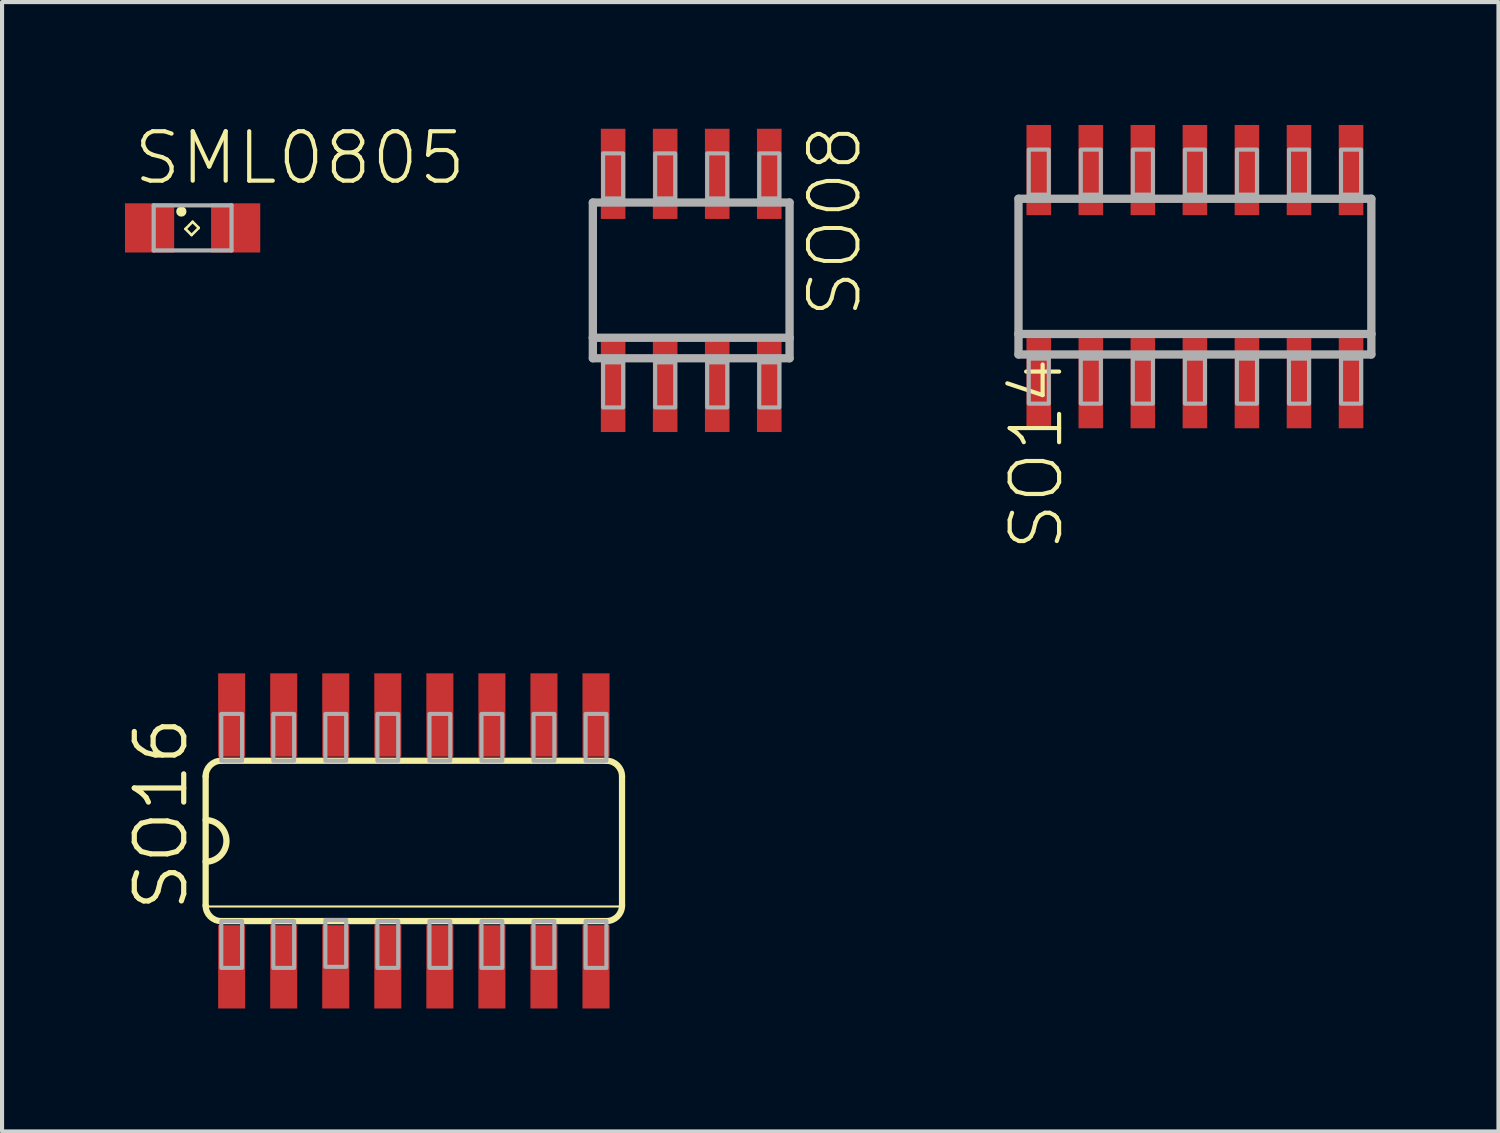
<source format=kicad_pcb>
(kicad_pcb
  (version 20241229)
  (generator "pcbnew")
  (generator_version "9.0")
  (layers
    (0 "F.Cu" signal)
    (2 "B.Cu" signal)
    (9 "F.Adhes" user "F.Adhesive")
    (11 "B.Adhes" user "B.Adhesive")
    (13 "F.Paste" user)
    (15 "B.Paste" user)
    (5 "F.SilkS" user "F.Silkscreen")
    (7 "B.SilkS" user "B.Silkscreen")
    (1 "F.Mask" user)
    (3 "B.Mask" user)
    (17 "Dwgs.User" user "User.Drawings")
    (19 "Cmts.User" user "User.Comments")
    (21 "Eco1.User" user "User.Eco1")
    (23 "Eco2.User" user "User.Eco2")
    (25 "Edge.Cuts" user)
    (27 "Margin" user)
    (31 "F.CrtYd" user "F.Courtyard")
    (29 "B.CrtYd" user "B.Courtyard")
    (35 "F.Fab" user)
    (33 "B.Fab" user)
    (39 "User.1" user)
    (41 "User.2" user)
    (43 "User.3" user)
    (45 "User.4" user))
  (footprint "SML0805"
    (layer "F.Cu")
    (at 1.65 2.511)
    (property "Reference" "SML0805" (at -1.5 -1 0) (layer "F.SilkS") (effects (font (size 1.206 1.206) (thickness 0.102)) (justify left bottom)))
    (attr through_hole)
    (fp_line (start -0.175 0.025) (end 0 -0.15) (stroke (width 0.063) (type solid)) (layer "F.SilkS"))
    (fp_line (start -0.025 0.175) (end -0.175 0.025) (stroke (width 0.063) (type solid)) (layer "F.SilkS"))
    (fp_line (start 0 -0.15) (end 0.15 0) (stroke (width 0.063) (type solid)) (layer "F.SilkS"))
    (fp_line (start 0.15 0) (end -0.025 0.175) (stroke (width 0.063) (type solid)) (layer "F.SilkS"))
    (fp_circle (center -0.275 -0.4) (end -0.212 -0.4) (stroke (width 0.125) (type solid)) (fill no) (layer "F.SilkS"))
    (fp_line (start -0.95 -0.55) (end -0.95 0.55) (stroke (width 0.102) (type solid)) (layer "F.Fab"))
    (fp_line (start -0.95 0.55) (end 0.95 0.55) (stroke (width 0.102) (type solid)) (layer "F.Fab"))
    (fp_line (start 0.95 -0.55) (end -0.95 -0.55) (stroke (width 0.102) (type solid)) (layer "F.Fab"))
    (fp_line (start 0.95 0.55) (end 0.95 -0.55) (stroke (width 0.102) (type solid)) (layer "F.Fab"))
    (pad "A" smd rect (at 1.05 0) (size 1.2 1.2) (layers "F.Cu" "F.Mask" "F.Paste"))
    (pad "C" smd rect (at -1.05 0) (size 1.2 1.2) (layers "F.Cu" "F.Mask" "F.Paste")))
  (footprint "SO14"
    (layer "F.Cu")
    (at 26.107 3.7)
    (property "Reference" "SO14" (at -4.572 1.905 90) (layer "F.SilkS") (effects (font (size 1.206 1.206) (thickness 0.102)) (justify right top)))
    (attr through_hole)
    (fp_line (start -4.305 -1.9) (end 4.305 -1.9) (stroke (width 0.203) (type solid)) (layer "F.Fab"))
    (fp_line (start -4.305 1.4) (end -4.305 -1.9) (stroke (width 0.203) (type solid)) (layer "F.Fab"))
    (fp_line (start -4.305 1.9) (end -4.305 1.4) (stroke (width 0.203) (type solid)) (layer "F.Fab"))
    (fp_line (start 4.305 -1.9) (end 4.305 1.4) (stroke (width 0.203) (type solid)) (layer "F.Fab"))
    (fp_line (start 4.305 1.4) (end -4.305 1.4) (stroke (width 0.203) (type solid)) (layer "F.Fab"))
    (fp_line (start 4.305 1.4) (end 4.305 1.9) (stroke (width 0.203) (type solid)) (layer "F.Fab"))
    (fp_line (start 4.305 1.9) (end -4.305 1.9) (stroke (width 0.203) (type solid)) (layer "F.Fab"))
    (fp_poly (pts (xy -4.055 -2) (xy -3.565 -2) (xy -3.565 -3.1) (xy -4.055 -3.1)) (stroke (width 0.1) (type solid)) (fill no) (layer "F.Fab"))
    (fp_poly (pts (xy -4.055 3.1) (xy -3.565 3.1) (xy -3.565 2) (xy -4.055 2)) (stroke (width 0.1) (type solid)) (fill no) (layer "F.Fab"))
    (fp_poly (pts (xy -2.785 -2) (xy -2.295 -2) (xy -2.295 -3.1) (xy -2.785 -3.1)) (stroke (width 0.1) (type solid)) (fill no) (layer "F.Fab"))
    (fp_poly (pts (xy -2.785 3.1) (xy -2.295 3.1) (xy -2.295 2) (xy -2.785 2)) (stroke (width 0.1) (type solid)) (fill no) (layer "F.Fab"))
    (fp_poly (pts (xy -1.515 -2) (xy -1.025 -2) (xy -1.025 -3.1) (xy -1.515 -3.1)) (stroke (width 0.1) (type solid)) (fill no) (layer "F.Fab"))
    (fp_poly (pts (xy -1.515 3.1) (xy -1.025 3.1) (xy -1.025 2) (xy -1.515 2)) (stroke (width 0.1) (type solid)) (fill no) (layer "F.Fab"))
    (fp_poly (pts (xy -0.245 -2) (xy 0.245 -2) (xy 0.245 -3.1) (xy -0.245 -3.1)) (stroke (width 0.1) (type solid)) (fill no) (layer "F.Fab"))
    (fp_poly (pts (xy -0.245 3.1) (xy 0.245 3.1) (xy 0.245 2) (xy -0.245 2)) (stroke (width 0.1) (type solid)) (fill no) (layer "F.Fab"))
    (fp_poly (pts (xy 1.025 -2) (xy 1.515 -2) (xy 1.515 -3.1) (xy 1.025 -3.1)) (stroke (width 0.1) (type solid)) (fill no) (layer "F.Fab"))
    (fp_poly (pts (xy 1.025 3.1) (xy 1.515 3.1) (xy 1.515 2) (xy 1.025 2)) (stroke (width 0.1) (type solid)) (fill no) (layer "F.Fab"))
    (fp_poly (pts (xy 2.295 -2) (xy 2.785 -2) (xy 2.785 -3.1) (xy 2.295 -3.1)) (stroke (width 0.1) (type solid)) (fill no) (layer "F.Fab"))
    (fp_poly (pts (xy 2.295 3.1) (xy 2.785 3.1) (xy 2.785 2) (xy 2.295 2)) (stroke (width 0.1) (type solid)) (fill no) (layer "F.Fab"))
    (fp_poly (pts (xy 3.565 -2) (xy 4.055 -2) (xy 4.055 -3.1) (xy 3.565 -3.1)) (stroke (width 0.1) (type solid)) (fill no) (layer "F.Fab"))
    (fp_poly (pts (xy 3.565 3.1) (xy 4.055 3.1) (xy 4.055 2) (xy 3.565 2)) (stroke (width 0.1) (type solid)) (fill no) (layer "F.Fab"))
    (pad "1" smd rect (at -3.81 2.6) (size 0.6 2.2) (layers "F.Cu" "F.Mask" "F.Paste"))
    (pad "2" smd rect (at -2.54 2.6) (size 0.6 2.2) (layers "F.Cu" "F.Mask" "F.Paste"))
    (pad "3" smd rect (at -1.27 2.6) (size 0.6 2.2) (layers "F.Cu" "F.Mask" "F.Paste"))
    (pad "4" smd rect (at 0 2.6) (size 0.6 2.2) (layers "F.Cu" "F.Mask" "F.Paste"))
    (pad "5" smd rect (at 1.27 2.6) (size 0.6 2.2) (layers "F.Cu" "F.Mask" "F.Paste"))
    (pad "6" smd rect (at 2.54 2.6) (size 0.6 2.2) (layers "F.Cu" "F.Mask" "F.Paste"))
    (pad "7" smd rect (at 3.81 2.6) (size 0.6 2.2) (layers "F.Cu" "F.Mask" "F.Paste"))
    (pad "8" smd rect (at 3.81 -2.6) (size 0.6 2.2) (layers "F.Cu" "F.Mask" "F.Paste"))
    (pad "9" smd rect (at 2.54 -2.6) (size 0.6 2.2) (layers "F.Cu" "F.Mask" "F.Paste"))
    (pad "10" smd rect (at 1.27 -2.6) (size 0.6 2.2) (layers "F.Cu" "F.Mask" "F.Paste"))
    (pad "11" smd rect (at 0 -2.6) (size 0.6 2.2) (layers "F.Cu" "F.Mask" "F.Paste"))
    (pad "12" smd rect (at -1.27 -2.6) (size 0.6 2.2) (layers "F.Cu" "F.Mask" "F.Paste"))
    (pad "13" smd rect (at -2.54 -2.6) (size 0.6 2.2) (layers "F.Cu" "F.Mask" "F.Paste"))
    (pad "14" smd rect (at -3.81 -2.6) (size 0.6 2.2) (layers "F.Cu" "F.Mask" "F.Paste")))
  (footprint "SO16"
    (layer "F.Cu")
    (at 7.048 17.469)
    (property "Reference" "SO16" (at -5.461 1.778 90) (layer "F.SilkS") (effects (font (size 1.206 1.206) (thickness 0.127)) (justify left bottom)))
    (attr through_hole)
    (fp_line (start -5.08 -1.575) (end -5.08 1.575) (stroke (width 0.152) (type solid)) (layer "F.SilkS"))
    (fp_line (start -5.08 1.6) (end 5.08 1.6) (stroke (width 0.051) (type solid)) (layer "F.SilkS"))
    (fp_line (start -4.699 1.956) (end 4.699 1.956) (stroke (width 0.152) (type solid)) (layer "F.SilkS"))
    (fp_line (start 4.699 -1.956) (end -4.699 -1.956) (stroke (width 0.152) (type solid)) (layer "F.SilkS"))
    (fp_line (start 5.08 1.575) (end 5.08 -1.575) (stroke (width 0.152) (type solid)) (layer "F.SilkS"))
    (fp_arc (start -5.08 -1.5748) (mid -4.968408 -1.844208) (end -4.699 -1.9558) (stroke (width 0.1524) (type solid)) (layer "F.SilkS"))
    (fp_arc (start -5.08 -0.508) (mid -4.572 0) (end -5.08 0.508) (stroke (width 0.1524) (type solid)) (layer "F.SilkS"))
    (fp_arc (start -4.699 1.9558) (mid -4.968408 1.844208) (end -5.08 1.5748) (stroke (width 0.1524) (type solid)) (layer "F.SilkS"))
    (fp_arc (start 4.699 -1.9558) (mid 4.968408 -1.844208) (end 5.08 -1.5748) (stroke (width 0.1524) (type solid)) (layer "F.SilkS"))
    (fp_arc (start 5.08 1.5748) (mid 4.968408 1.844208) (end 4.699 1.9558) (stroke (width 0.1524) (type solid)) (layer "F.SilkS"))
    (fp_poly (pts (xy -4.699 -1.956) (xy -4.191 -1.956) (xy -4.191 -3.099) (xy -4.699 -3.099)) (stroke (width 0.1) (type solid)) (fill no) (layer "F.Fab"))
    (fp_poly (pts (xy -4.699 3.099) (xy -4.191 3.099) (xy -4.191 1.956) (xy -4.699 1.956)) (stroke (width 0.1) (type solid)) (fill no) (layer "F.Fab"))
    (fp_poly (pts (xy -3.429 -1.956) (xy -2.921 -1.956) (xy -2.921 -3.099) (xy -3.429 -3.099)) (stroke (width 0.1) (type solid)) (fill no) (layer "F.Fab"))
    (fp_poly (pts (xy -3.429 3.099) (xy -2.921 3.099) (xy -2.921 1.956) (xy -3.429 1.956)) (stroke (width 0.1) (type solid)) (fill no) (layer "F.Fab"))
    (fp_poly (pts (xy -2.159 -1.956) (xy -1.651 -1.956) (xy -1.651 -3.099) (xy -2.159 -3.099)) (stroke (width 0.1) (type solid)) (fill no) (layer "F.Fab"))
    (fp_poly (pts (xy -2.159 3.073) (xy -1.651 3.073) (xy -1.651 1.93) (xy -2.159 1.93)) (stroke (width 0.1) (type solid)) (fill no) (layer "F.Fab"))
    (fp_poly (pts (xy -0.889 -1.956) (xy -0.381 -1.956) (xy -0.381 -3.099) (xy -0.889 -3.099)) (stroke (width 0.1) (type solid)) (fill no) (layer "F.Fab"))
    (fp_poly (pts (xy -0.889 3.099) (xy -0.381 3.099) (xy -0.381 1.956) (xy -0.889 1.956)) (stroke (width 0.1) (type solid)) (fill no) (layer "F.Fab"))
    (fp_poly (pts (xy 0.381 -1.956) (xy 0.889 -1.956) (xy 0.889 -3.099) (xy 0.381 -3.099)) (stroke (width 0.1) (type solid)) (fill no) (layer "F.Fab"))
    (fp_poly (pts (xy 0.381 3.099) (xy 0.889 3.099) (xy 0.889 1.956) (xy 0.381 1.956)) (stroke (width 0.1) (type solid)) (fill no) (layer "F.Fab"))
    (fp_poly (pts (xy 1.651 -1.956) (xy 2.159 -1.956) (xy 2.159 -3.099) (xy 1.651 -3.099)) (stroke (width 0.1) (type solid)) (fill no) (layer "F.Fab"))
    (fp_poly (pts (xy 1.651 3.099) (xy 2.159 3.099) (xy 2.159 1.956) (xy 1.651 1.956)) (stroke (width 0.1) (type solid)) (fill no) (layer "F.Fab"))
    (fp_poly (pts (xy 2.921 -1.956) (xy 3.429 -1.956) (xy 3.429 -3.099) (xy 2.921 -3.099)) (stroke (width 0.1) (type solid)) (fill no) (layer "F.Fab"))
    (fp_poly (pts (xy 2.921 3.099) (xy 3.429 3.099) (xy 3.429 1.956) (xy 2.921 1.956)) (stroke (width 0.1) (type solid)) (fill no) (layer "F.Fab"))
    (fp_poly (pts (xy 4.191 -1.956) (xy 4.699 -1.956) (xy 4.699 -3.099) (xy 4.191 -3.099)) (stroke (width 0.1) (type solid)) (fill no) (layer "F.Fab"))
    (fp_poly (pts (xy 4.191 3.099) (xy 4.699 3.099) (xy 4.699 1.956) (xy 4.191 1.956)) (stroke (width 0.1) (type solid)) (fill no) (layer "F.Fab"))
    (pad "1" smd rect (at -4.445 3.073) (size 0.66 2.032) (layers "F.Cu" "F.Mask" "F.Paste"))
    (pad "2" smd rect (at -3.175 3.073) (size 0.66 2.032) (layers "F.Cu" "F.Mask" "F.Paste"))
    (pad "3" smd rect (at -1.905 3.073) (size 0.66 2.032) (layers "F.Cu" "F.Mask" "F.Paste"))
    (pad "4" smd rect (at -0.635 3.073) (size 0.66 2.032) (layers "F.Cu" "F.Mask" "F.Paste"))
    (pad "5" smd rect (at 0.635 3.073) (size 0.66 2.032) (layers "F.Cu" "F.Mask" "F.Paste"))
    (pad "6" smd rect (at 1.905 3.073) (size 0.66 2.032) (layers "F.Cu" "F.Mask" "F.Paste"))
    (pad "7" smd rect (at 3.175 3.073) (size 0.66 2.032) (layers "F.Cu" "F.Mask" "F.Paste"))
    (pad "8" smd rect (at 4.445 3.073) (size 0.66 2.032) (layers "F.Cu" "F.Mask" "F.Paste"))
    (pad "9" smd rect (at 4.445 -3.073) (size 0.66 2.032) (layers "F.Cu" "F.Mask" "F.Paste"))
    (pad "10" smd rect (at 3.175 -3.073) (size 0.66 2.032) (layers "F.Cu" "F.Mask" "F.Paste"))
    (pad "11" smd rect (at 1.905 -3.073) (size 0.66 2.032) (layers "F.Cu" "F.Mask" "F.Paste"))
    (pad "12" smd rect (at 0.635 -3.073) (size 0.66 2.032) (layers "F.Cu" "F.Mask" "F.Paste"))
    (pad "13" smd rect (at -0.635 -3.073) (size 0.66 2.032) (layers "F.Cu" "F.Mask" "F.Paste"))
    (pad "14" smd rect (at -1.905 -3.073) (size 0.66 2.032) (layers "F.Cu" "F.Mask" "F.Paste"))
    (pad "15" smd rect (at -3.175 -3.073) (size 0.66 2.032) (layers "F.Cu" "F.Mask" "F.Paste"))
    (pad "16" smd rect (at -4.445 -3.073) (size 0.66 2.032) (layers "F.Cu" "F.Mask" "F.Paste")))
  (footprint "SO08"
    (layer "F.Cu")
    (at 13.816 3.792)
    (property "Reference" "SO08" (at 4.208 0.968 90) (layer "F.SilkS") (effects (font (size 1.206 1.206) (thickness 0.097)) (justify left bottom)))
    (attr through_hole)
    (fp_line (start -2.4 -1.9) (end 2.4 -1.9) (stroke (width 0.203) (type solid)) (layer "F.Fab"))
    (fp_line (start -2.4 1.4) (end -2.4 -1.9) (stroke (width 0.203) (type solid)) (layer "F.Fab"))
    (fp_line (start -2.4 1.9) (end -2.4 1.4) (stroke (width 0.203) (type solid)) (layer "F.Fab"))
    (fp_line (start 2.4 -1.9) (end 2.4 1.4) (stroke (width 0.203) (type solid)) (layer "F.Fab"))
    (fp_line (start 2.4 1.4) (end -2.4 1.4) (stroke (width 0.203) (type solid)) (layer "F.Fab"))
    (fp_line (start 2.4 1.4) (end 2.4 1.9) (stroke (width 0.203) (type solid)) (layer "F.Fab"))
    (fp_line (start 2.4 1.9) (end -2.4 1.9) (stroke (width 0.203) (type solid)) (layer "F.Fab"))
    (fp_poly (pts (xy -2.15 -2) (xy -1.66 -2) (xy -1.66 -3.1) (xy -2.15 -3.1)) (stroke (width 0.1) (type solid)) (fill no) (layer "F.Fab"))
    (fp_poly (pts (xy -2.15 3.1) (xy -1.66 3.1) (xy -1.66 2) (xy -2.15 2)) (stroke (width 0.1) (type solid)) (fill no) (layer "F.Fab"))
    (fp_poly (pts (xy -0.88 -2) (xy -0.39 -2) (xy -0.39 -3.1) (xy -0.88 -3.1)) (stroke (width 0.1) (type solid)) (fill no) (layer "F.Fab"))
    (fp_poly (pts (xy -0.88 3.1) (xy -0.39 3.1) (xy -0.39 2) (xy -0.88 2)) (stroke (width 0.1) (type solid)) (fill no) (layer "F.Fab"))
    (fp_poly (pts (xy 0.39 -2) (xy 0.88 -2) (xy 0.88 -3.1) (xy 0.39 -3.1)) (stroke (width 0.1) (type solid)) (fill no) (layer "F.Fab"))
    (fp_poly (pts (xy 0.39 3.1) (xy 0.88 3.1) (xy 0.88 2) (xy 0.39 2)) (stroke (width 0.1) (type solid)) (fill no) (layer "F.Fab"))
    (fp_poly (pts (xy 1.66 -2) (xy 2.15 -2) (xy 2.15 -3.1) (xy 1.66 -3.1)) (stroke (width 0.1) (type solid)) (fill no) (layer "F.Fab"))
    (fp_poly (pts (xy 1.66 3.1) (xy 2.15 3.1) (xy 2.15 2) (xy 1.66 2)) (stroke (width 0.1) (type solid)) (fill no) (layer "F.Fab"))
    (pad "1" smd rect (at -1.905 2.6) (size 0.6 2.2) (layers "F.Cu" "F.Mask" "F.Paste"))
    (pad "2" smd rect (at -0.635 2.6) (size 0.6 2.2) (layers "F.Cu" "F.Mask" "F.Paste"))
    (pad "3" smd rect (at 0.635 2.6) (size 0.6 2.2) (layers "F.Cu" "F.Mask" "F.Paste"))
    (pad "4" smd rect (at 1.905 2.6) (size 0.6 2.2) (layers "F.Cu" "F.Mask" "F.Paste"))
    (pad "5" smd rect (at 1.905 -2.6) (size 0.6 2.2) (layers "F.Cu" "F.Mask" "F.Paste"))
    (pad "6" smd rect (at 0.635 -2.6) (size 0.6 2.2) (layers "F.Cu" "F.Mask" "F.Paste"))
    (pad "7" smd rect (at -0.635 -2.6) (size 0.6 2.2) (layers "F.Cu" "F.Mask" "F.Paste"))
    (pad "8" smd rect (at -1.905 -2.6) (size 0.6 2.2) (layers "F.Cu" "F.Mask" "F.Paste")))
  (gr_rect
    (start -3 -3)
    (end 33.514 24.558)
    (stroke (width 0.1) (type default))
    (fill no)
    (layer "Edge.Cuts")))
</source>
